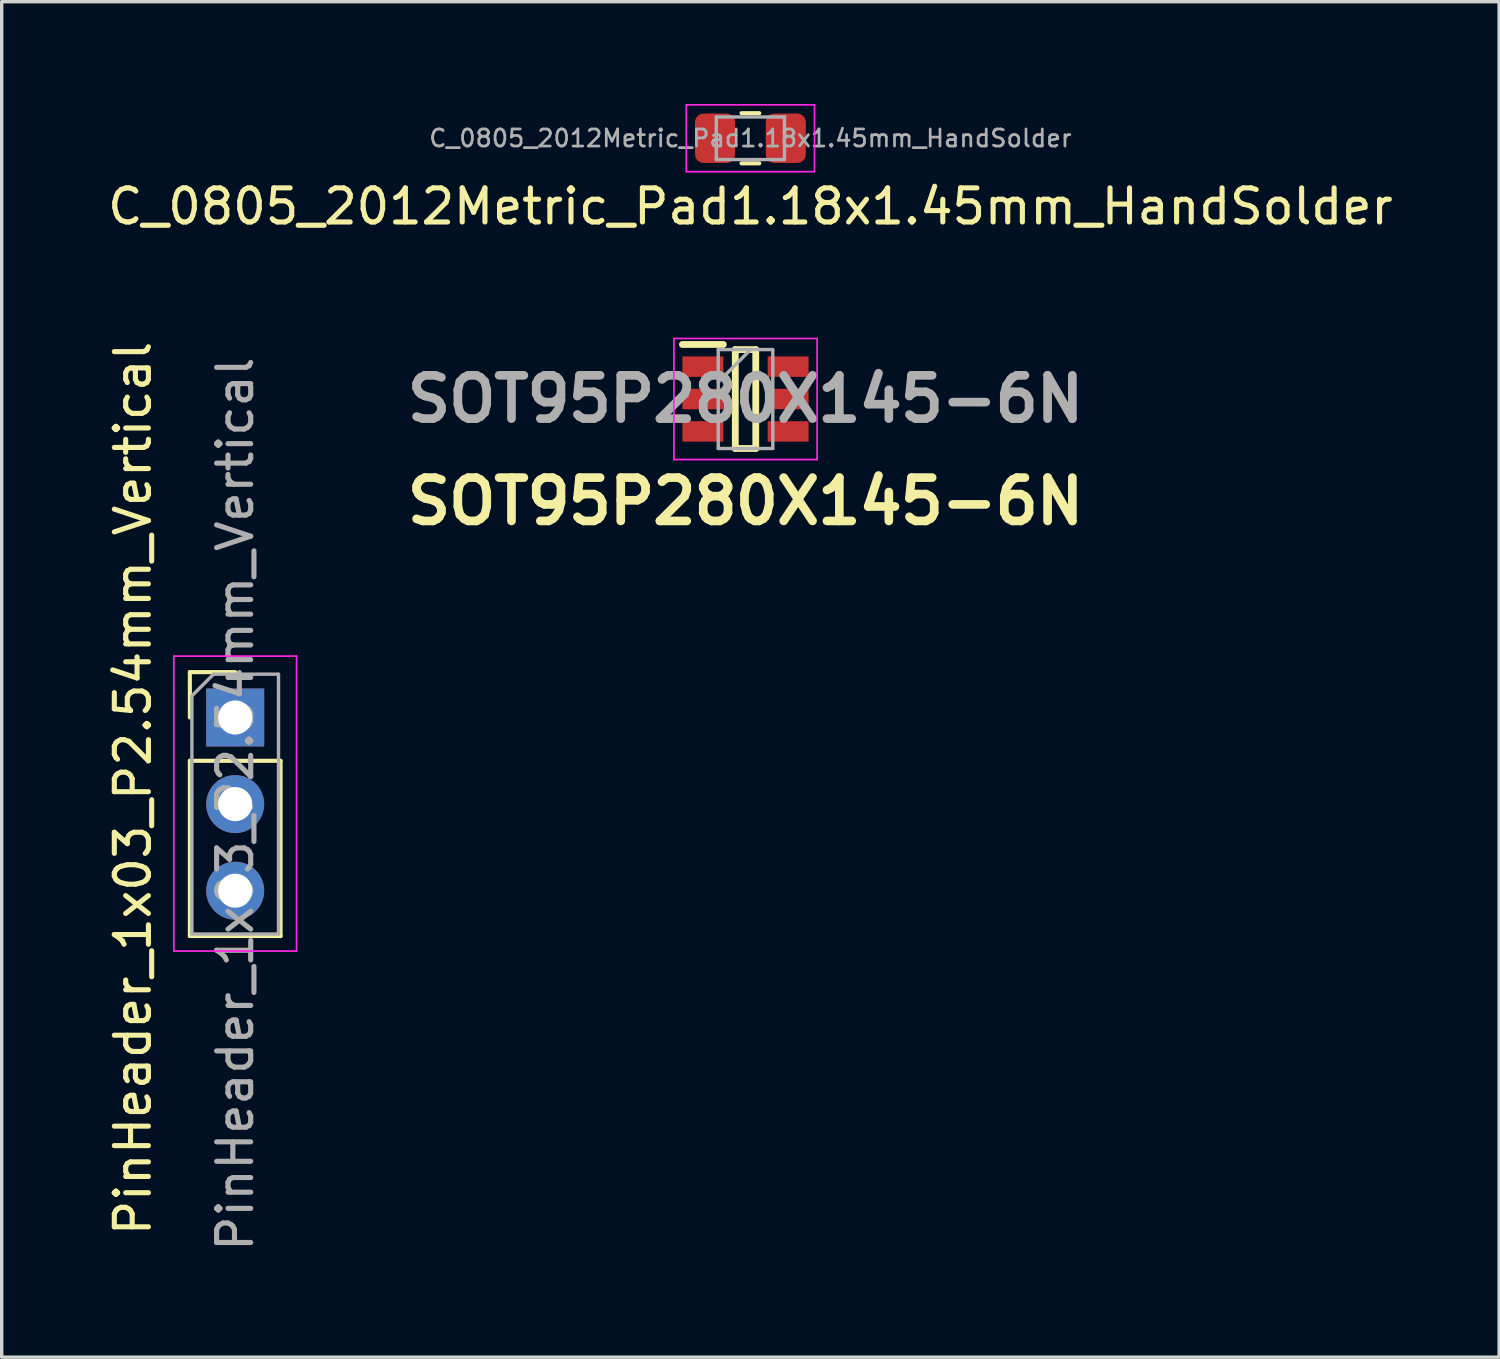
<source format=kicad_pcb>
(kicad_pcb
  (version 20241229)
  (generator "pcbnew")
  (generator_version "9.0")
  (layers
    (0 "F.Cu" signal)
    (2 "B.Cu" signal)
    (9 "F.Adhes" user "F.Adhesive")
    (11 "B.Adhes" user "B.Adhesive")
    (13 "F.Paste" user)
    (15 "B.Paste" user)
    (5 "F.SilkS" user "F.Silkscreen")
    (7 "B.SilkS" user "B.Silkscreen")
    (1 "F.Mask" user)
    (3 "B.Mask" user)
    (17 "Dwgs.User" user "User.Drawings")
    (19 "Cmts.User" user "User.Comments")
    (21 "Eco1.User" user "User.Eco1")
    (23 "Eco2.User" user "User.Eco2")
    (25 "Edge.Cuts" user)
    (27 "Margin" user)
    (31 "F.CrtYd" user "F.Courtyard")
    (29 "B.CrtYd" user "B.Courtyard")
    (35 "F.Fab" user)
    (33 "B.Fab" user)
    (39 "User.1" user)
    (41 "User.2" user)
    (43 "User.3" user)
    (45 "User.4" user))
  (footprint "C_0805_2012Metric_Pad1.18x1.45mm_HandSolder"
    (layer "F.Cu")
    (at 18.958 1.005)
    (property "Reference" "C_0805_2012Metric_Pad1.18x1.45mm_HandSolder" (at 0 2 180) (layer "F.SilkS") (effects (font (size 1 1) (thickness 0.15))))
    (attr smd)
    (fp_line (start -0.261 -0.735) (end 0.261 -0.735) (stroke (width 0.12) (type solid)) (layer "F.SilkS"))
    (fp_line (start -0.261 0.735) (end 0.261 0.735) (stroke (width 0.12) (type solid)) (layer "F.SilkS"))
    (fp_line (start -1.88 -0.98) (end 1.88 -0.98) (stroke (width 0.05) (type solid)) (layer "F.CrtYd"))
    (fp_line (start -1.88 0.98) (end -1.88 -0.98) (stroke (width 0.05) (type solid)) (layer "F.CrtYd"))
    (fp_line (start 1.88 -0.98) (end 1.88 0.98) (stroke (width 0.05) (type solid)) (layer "F.CrtYd"))
    (fp_line (start 1.88 0.98) (end -1.88 0.98) (stroke (width 0.05) (type solid)) (layer "F.CrtYd"))
    (fp_line (start -1 -0.625) (end 1 -0.625) (stroke (width 0.1) (type solid)) (layer "F.Fab"))
    (fp_line (start -1 0.625) (end -1 -0.625) (stroke (width 0.1) (type solid)) (layer "F.Fab"))
    (fp_line (start 1 -0.625) (end 1 0.625) (stroke (width 0.1) (type solid)) (layer "F.Fab"))
    (fp_line (start 1 0.625) (end -1 0.625) (stroke (width 0.1) (type solid)) (layer "F.Fab"))
    (fp_text user "${REFERENCE}" (at 0 0 180) (layer "F.Fab") (effects (font (size 0.5 0.5) (thickness 0.08))))
    (pad "1" smd roundrect (at -1.038 0) (size 1.175 1.45) (layers "F.Cu" "F.Mask" "F.Paste") (roundrect_rratio 0.213))
    (pad "2" smd roundrect (at 1.038 0) (size 1.175 1.45) (layers "F.Cu" "F.Mask" "F.Paste") (roundrect_rratio 0.213)))
  (footprint "SOT95P280X145-6N"
    (layer "F.Cu")
    (at 18.815 8.653)
    (property "Reference" "SOT95P280X145-6N" (at 0 3 180) (layer "F.SilkS") (effects (font (size 1.27 1.27) (thickness 0.254))))
    (attr smd)
    (fp_line (start -1.85 -1.6) (end -0.65 -1.6) (stroke (width 0.2) (type solid)) (layer "F.SilkS"))
    (fp_line (start -0.3 -1.45) (end 0.3 -1.45) (stroke (width 0.2) (type solid)) (layer "F.SilkS"))
    (fp_line (start -0.3 1.45) (end -0.3 -1.45) (stroke (width 0.2) (type solid)) (layer "F.SilkS"))
    (fp_line (start 0.3 -1.45) (end 0.3 1.45) (stroke (width 0.2) (type solid)) (layer "F.SilkS"))
    (fp_line (start 0.3 1.45) (end -0.3 1.45) (stroke (width 0.2) (type solid)) (layer "F.SilkS"))
    (fp_line (start -2.1 -1.775) (end 2.1 -1.775) (stroke (width 0.05) (type solid)) (layer "F.CrtYd"))
    (fp_line (start -2.1 1.775) (end -2.1 -1.775) (stroke (width 0.05) (type solid)) (layer "F.CrtYd"))
    (fp_line (start 2.1 -1.775) (end 2.1 1.775) (stroke (width 0.05) (type solid)) (layer "F.CrtYd"))
    (fp_line (start 2.1 1.775) (end -2.1 1.775) (stroke (width 0.05) (type solid)) (layer "F.CrtYd"))
    (fp_line (start -0.8 -1.45) (end 0.8 -1.45) (stroke (width 0.1) (type solid)) (layer "F.Fab"))
    (fp_line (start -0.8 -0.5) (end 0.15 -1.45) (stroke (width 0.1) (type solid)) (layer "F.Fab"))
    (fp_line (start -0.8 1.45) (end -0.8 -1.45) (stroke (width 0.1) (type solid)) (layer "F.Fab"))
    (fp_line (start 0.8 -1.45) (end 0.8 1.45) (stroke (width 0.1) (type solid)) (layer "F.Fab"))
    (fp_line (start 0.8 1.45) (end -0.8 1.45) (stroke (width 0.1) (type solid)) (layer "F.Fab"))
    (fp_text user "${REFERENCE}" (at 0 0 180) (layer "F.Fab") (effects (font (size 1.27 1.27) (thickness 0.254))))
    (pad "1" smd rect (at -1.25 -0.95 90) (size 0.6 1.2) (layers "F.Cu" "F.Mask" "F.Paste"))
    (pad "2" smd rect (at -1.25 0 90) (size 0.6 1.2) (layers "F.Cu" "F.Mask" "F.Paste"))
    (pad "3" smd rect (at -1.25 0.95 90) (size 0.6 1.2) (layers "F.Cu" "F.Mask" "F.Paste"))
    (pad "4" smd rect (at 1.25 0.95 90) (size 0.6 1.2) (layers "F.Cu" "F.Mask" "F.Paste"))
    (pad "5" smd rect (at 1.25 0 90) (size 0.6 1.2) (layers "F.Cu" "F.Mask" "F.Paste"))
    (pad "6" smd rect (at 1.25 -0.95 90) (size 0.6 1.2) (layers "F.Cu" "F.Mask" "F.Paste")))
  (footprint "PinHeader_1x03_P2.54mm_Vertical"
    (layer "F.Cu")
    (at 3.848 17.993)
    (property "Reference" "PinHeader_1x03_P2.54mm_Vertical" (at -3 2.08 270) (layer "F.SilkS") (effects (font (size 1 1) (thickness 0.15))))
    (attr through_hole)
    (fp_line (start -1.33 -1.33) (end 0 -1.33) (stroke (width 0.12) (type solid)) (layer "F.SilkS"))
    (fp_line (start -1.33 0) (end -1.33 -1.33) (stroke (width 0.12) (type solid)) (layer "F.SilkS"))
    (fp_line (start -1.33 1.27) (end -1.33 6.41) (stroke (width 0.12) (type solid)) (layer "F.SilkS"))
    (fp_line (start -1.33 1.27) (end 1.33 1.27) (stroke (width 0.12) (type solid)) (layer "F.SilkS"))
    (fp_line (start -1.33 6.41) (end 1.33 6.41) (stroke (width 0.12) (type solid)) (layer "F.SilkS"))
    (fp_line (start 1.33 1.27) (end 1.33 6.41) (stroke (width 0.12) (type solid)) (layer "F.SilkS"))
    (fp_line (start -1.8 -1.8) (end -1.8 6.85) (stroke (width 0.05) (type solid)) (layer "F.CrtYd"))
    (fp_line (start -1.8 6.85) (end 1.8 6.85) (stroke (width 0.05) (type solid)) (layer "F.CrtYd"))
    (fp_line (start 1.8 -1.8) (end -1.8 -1.8) (stroke (width 0.05) (type solid)) (layer "F.CrtYd"))
    (fp_line (start 1.8 6.85) (end 1.8 -1.8) (stroke (width 0.05) (type solid)) (layer "F.CrtYd"))
    (fp_line (start -1.27 -0.635) (end -0.635 -1.27) (stroke (width 0.1) (type solid)) (layer "F.Fab"))
    (fp_line (start -1.27 6.35) (end -1.27 -0.635) (stroke (width 0.1) (type solid)) (layer "F.Fab"))
    (fp_line (start -0.635 -1.27) (end 1.27 -1.27) (stroke (width 0.1) (type solid)) (layer "F.Fab"))
    (fp_line (start 1.27 -1.27) (end 1.27 6.35) (stroke (width 0.1) (type solid)) (layer "F.Fab"))
    (fp_line (start 1.27 6.35) (end -1.27 6.35) (stroke (width 0.1) (type solid)) (layer "F.Fab"))
    (fp_text user "${REFERENCE}" (at 0 2.54 270) (layer "F.Fab") (effects (font (size 1 1) (thickness 0.15))))
    (pad "1" thru_hole rect (at 0 0) (size 1.7 1.7) (drill 1) (layers "*.Cu" "*.Mask"))
    (pad "2" thru_hole oval (at 0 2.54) (size 1.7 1.7) (drill 1) (layers "*.Cu" "*.Mask"))
    (pad "3" thru_hole oval (at 0 5.08) (size 1.7 1.7) (drill 1) (layers "*.Cu" "*.Mask")))
  (gr_rect
    (start -3 -3)
    (end 40.917 36.754)
    (stroke (width 0.1) (type default))
    (fill no)
    (layer "Edge.Cuts")))
</source>
